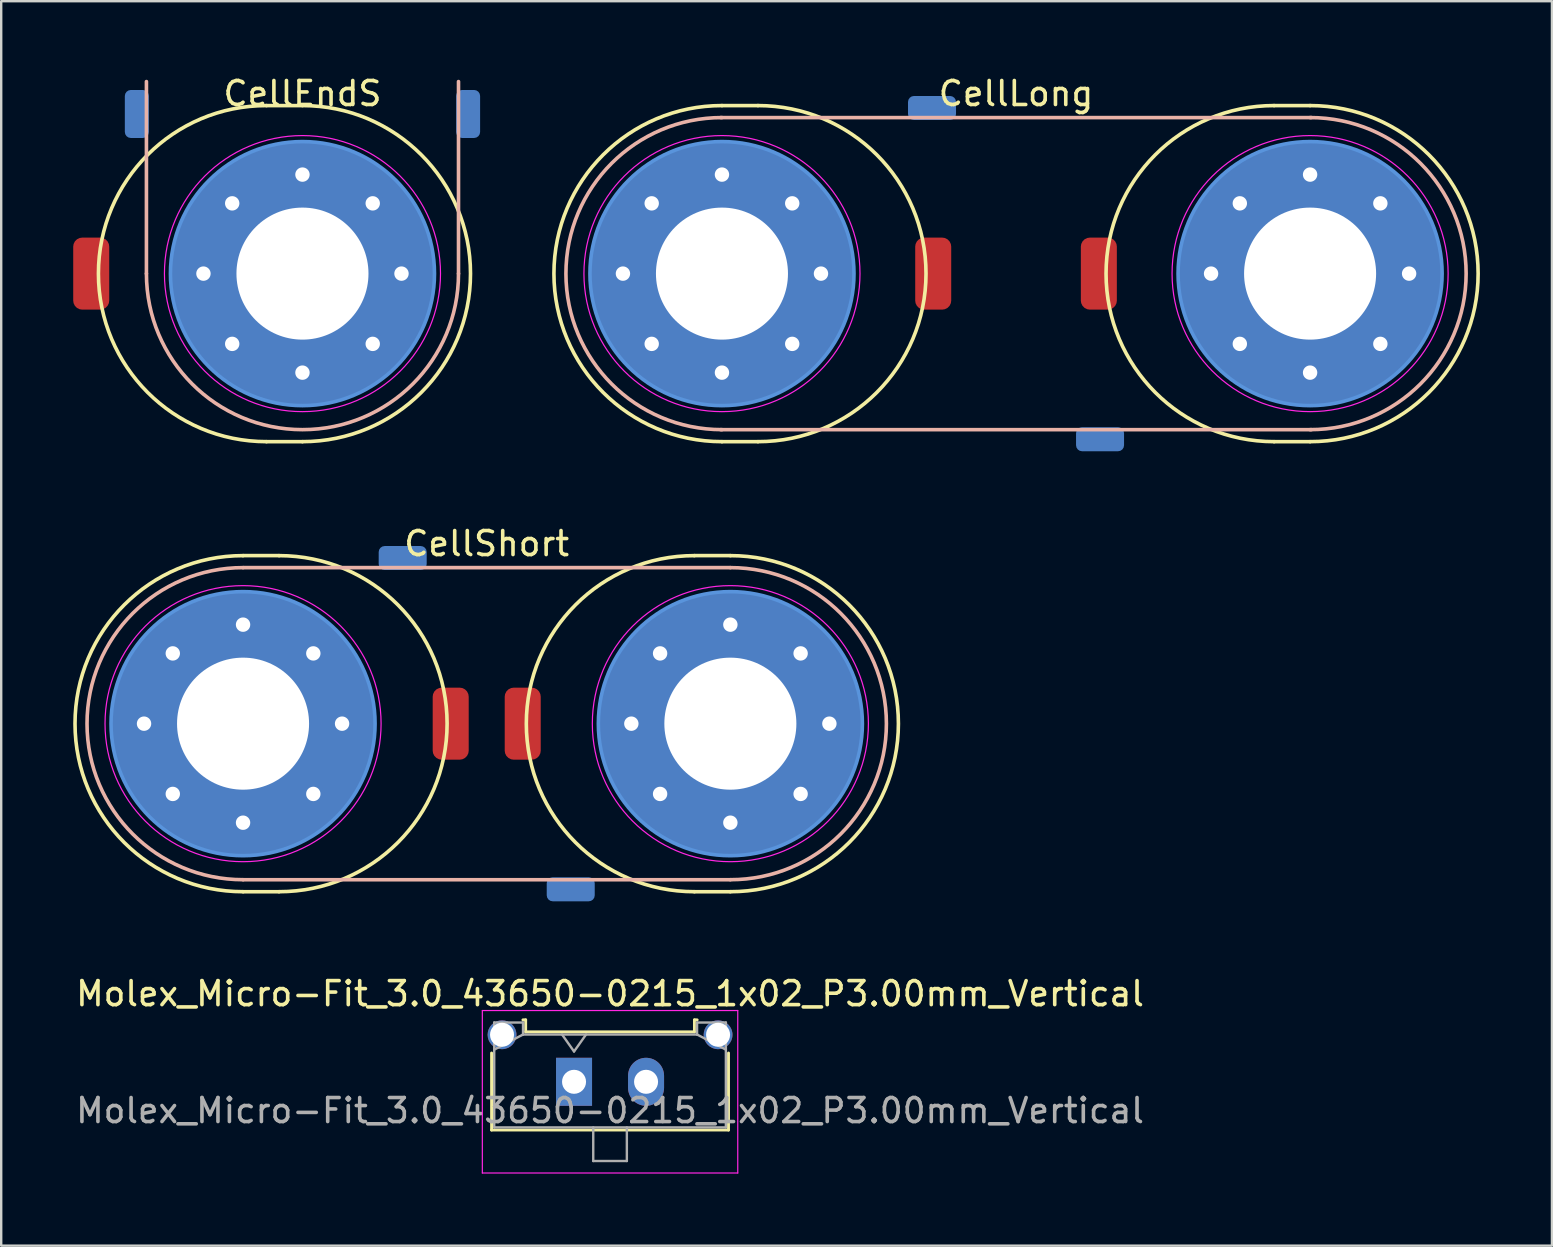
<source format=kicad_pcb>
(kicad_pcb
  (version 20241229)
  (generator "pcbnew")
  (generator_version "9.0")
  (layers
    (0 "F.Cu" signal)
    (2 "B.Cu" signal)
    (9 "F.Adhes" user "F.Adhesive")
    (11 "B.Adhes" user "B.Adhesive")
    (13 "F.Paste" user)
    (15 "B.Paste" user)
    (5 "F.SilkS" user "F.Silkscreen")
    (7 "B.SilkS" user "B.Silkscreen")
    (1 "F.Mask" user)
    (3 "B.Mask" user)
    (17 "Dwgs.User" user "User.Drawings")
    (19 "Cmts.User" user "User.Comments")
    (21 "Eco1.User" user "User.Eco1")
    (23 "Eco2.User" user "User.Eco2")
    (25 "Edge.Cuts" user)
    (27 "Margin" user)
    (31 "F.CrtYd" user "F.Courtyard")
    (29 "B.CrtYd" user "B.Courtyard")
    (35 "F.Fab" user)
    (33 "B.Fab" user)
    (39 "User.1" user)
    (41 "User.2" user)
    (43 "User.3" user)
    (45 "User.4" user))
  (footprint "Molex_Micro-Fit_3.0_43650-0215_1x02_P3.00mm_Vertical"
    (layer "F.Cu")
    (at 20.863 42.015)
    (property "Reference" "Molex_Micro-Fit_3.0_43650-0215_1x02_P3.00mm_Vertical" (at 1.5 -3.67 0) (layer "F.SilkS") (effects (font (size 1 1) (thickness 0.15))))
    (attr through_hole)
    (fp_line (start -3.435 -1.2) (end -3.435 2.01) (stroke (width 0.12) (type solid)) (layer "F.SilkS"))
    (fp_line (start -3.435 2.01) (end 6.435 2.01) (stroke (width 0.12) (type solid)) (layer "F.SilkS"))
    (fp_line (start -2.13 -2.58) (end -2.015 -2.58) (stroke (width 0.12) (type solid)) (layer "F.SilkS"))
    (fp_line (start -2.015 -2.58) (end -2.015 -2.08) (stroke (width 0.12) (type solid)) (layer "F.SilkS"))
    (fp_line (start -2.015 -2.08) (end 5.015 -2.08) (stroke (width 0.12) (type solid)) (layer "F.SilkS"))
    (fp_line (start 5.015 -2.58) (end 5.13 -2.58) (stroke (width 0.12) (type solid)) (layer "F.SilkS"))
    (fp_line (start 5.015 -2.08) (end 5.015 -2.58) (stroke (width 0.12) (type solid)) (layer "F.SilkS"))
    (fp_line (start 6.435 2.01) (end 6.435 -1.2) (stroke (width 0.12) (type solid)) (layer "F.SilkS"))
    (fp_line (start -3.82 -2.97) (end 6.82 -2.97) (stroke (width 0.05) (type solid)) (layer "F.CrtYd"))
    (fp_line (start -3.82 3.8) (end -3.82 -2.97) (stroke (width 0.05) (type solid)) (layer "F.CrtYd"))
    (fp_line (start 6.82 -2.97) (end 6.82 3.8) (stroke (width 0.05) (type solid)) (layer "F.CrtYd"))
    (fp_line (start 6.82 3.8) (end -3.82 3.8) (stroke (width 0.05) (type solid)) (layer "F.CrtYd"))
    (fp_line (start -3.325 -2.47) (end -3.325 1.9) (stroke (width 0.1) (type solid)) (layer "F.Fab"))
    (fp_line (start -3.325 -1.34) (end -2.125 -1.97) (stroke (width 0.1) (type solid)) (layer "F.Fab"))
    (fp_line (start -3.325 1.9) (end 6.325 1.9) (stroke (width 0.1) (type solid)) (layer "F.Fab"))
    (fp_line (start -2.125 -2.47) (end -3.325 -2.47) (stroke (width 0.1) (type solid)) (layer "F.Fab"))
    (fp_line (start -2.125 -1.97) (end -2.125 -2.47) (stroke (width 0.1) (type solid)) (layer "F.Fab"))
    (fp_line (start -0.5 -1.97) (end 0 -1.263) (stroke (width 0.1) (type solid)) (layer "F.Fab"))
    (fp_line (start 0 -1.263) (end 0.5 -1.97) (stroke (width 0.1) (type solid)) (layer "F.Fab"))
    (fp_line (start 0.8 1.9) (end 0.8 3.3) (stroke (width 0.1) (type solid)) (layer "F.Fab"))
    (fp_line (start 0.8 3.3) (end 2.2 3.3) (stroke (width 0.1) (type solid)) (layer "F.Fab"))
    (fp_line (start 2.2 3.3) (end 2.2 1.9) (stroke (width 0.1) (type solid)) (layer "F.Fab"))
    (fp_line (start 5.125 -2.47) (end 5.125 -1.97) (stroke (width 0.1) (type solid)) (layer "F.Fab"))
    (fp_line (start 5.125 -1.97) (end -2.125 -1.97) (stroke (width 0.1) (type solid)) (layer "F.Fab"))
    (fp_line (start 6.325 -2.47) (end 5.125 -2.47) (stroke (width 0.1) (type solid)) (layer "F.Fab"))
    (fp_line (start 6.325 -1.34) (end 5.125 -1.97) (stroke (width 0.1) (type solid)) (layer "F.Fab"))
    (fp_line (start 6.325 1.9) (end 6.325 -2.47) (stroke (width 0.1) (type solid)) (layer "F.Fab"))
    (fp_text user "${REFERENCE}" (at 1.5 1.2 0) (layer "F.Fab") (effects (font (size 1 1) (thickness 0.15))))
    (pad "" thru_hole circle (at -3 -1.96) (size 1.2 1.2) (drill 1) (layers "*.Cu" "*.Mask"))
    (pad "" thru_hole circle (at 6 -1.96) (size 1.2 1.2) (drill 1) (layers "*.Cu" "*.Mask"))
    (pad "1" thru_hole rect (at 0 0) (size 1.5 2) (drill 1) (layers "*.Cu" "*.Mask"))
    (pad "2" thru_hole oval (at 3 0) (size 1.5 2) (drill 1) (layers "*.Cu" "*.Mask")))
  (footprint "CellEndS"
    (layer "F.Cu")
    (at 9.55 8.348)
    (property "Reference" "CellEndS" (at 0 -7.5 0) (layer "F.SilkS") (effects (font (size 1 1) (thickness 0.15))))
    (attr exclude_from_pos_files exclude_from_bom)
    (fp_line (start -1.5 -7) (end 0 -7) (stroke (width 0.15) (type solid)) (layer "F.SilkS"))
    (fp_line (start -1.5 7) (end 0 7) (stroke (width 0.15) (type solid)) (layer "F.SilkS"))
    (fp_arc (start -1.5 7) (mid -8.5 0) (end -1.5 -7) (stroke (width 0.15) (type solid)) (layer "F.SilkS"))
    (fp_arc (start 0 -7) (mid 7 0) (end 0 7) (stroke (width 0.15) (type solid)) (layer "F.SilkS"))
    (fp_line (start -6.5 0) (end -6.5 -8) (stroke (width 0.15) (type solid)) (layer "B.SilkS"))
    (fp_line (start 6.5 0) (end 6.5 -8) (stroke (width 0.15) (type solid)) (layer "B.SilkS"))
    (fp_arc (start 6.5 0) (mid 0 6.5) (end -6.5 0) (stroke (width 0.15) (type solid)) (layer "B.SilkS"))
    (fp_circle (center 0 0) (end 5.5 0) (stroke (width 0.15) (type solid)) (fill no) (layer "Cmts.User"))
    (fp_circle (center 0 0) (end 5.75 0) (stroke (width 0.05) (type solid)) (fill no) (layer "F.CrtYd"))
    (pad "" smd roundrect (at -8.8 0 90) (size 3 1.5) (layers "F.Cu" "F.Mask") (roundrect_rratio 0.25))
    (pad "" smd roundrect (at -6.9 -6.65 90) (size 2 1) (layers "B.Cu" "B.Mask") (roundrect_rratio 0.25))
    (pad "" smd roundrect (at 6.9 -6.65 90) (size 2 1) (layers "B.Cu" "B.Mask") (roundrect_rratio 0.25))
    (pad "1" thru_hole circle (at -4.125 0) (size 0.9 0.9) (drill 0.6) (layers "*.Cu" "*.Mask"))
    (pad "1" thru_hole circle (at -2.927 -2.927) (size 0.9 0.9) (drill 0.6) (layers "*.Cu" "*.Mask"))
    (pad "1" thru_hole circle (at -2.927 2.927) (size 0.9 0.9) (drill 0.6) (layers "*.Cu" "*.Mask"))
    (pad "1" thru_hole circle (at 0 -4.125) (size 0.9 0.9) (drill 0.6) (layers "*.Cu" "*.Mask"))
    (pad "1" thru_hole circle (at 0 0) (size 11 11) (drill 5.5) (layers "*.Cu" "*.Mask"))
    (pad "1" thru_hole circle (at 0 4.125) (size 0.9 0.9) (drill 0.6) (layers "*.Cu" "*.Mask"))
    (pad "1" thru_hole circle (at 2.927 -2.927) (size 0.9 0.9) (drill 0.6) (layers "*.Cu" "*.Mask"))
    (pad "1" thru_hole circle (at 2.927 2.927) (size 0.9 0.9) (drill 0.6) (layers "*.Cu" "*.Mask"))
    (pad "1" thru_hole circle (at 4.125 0) (size 0.9 0.9) (drill 0.6) (layers "*.Cu" "*.Mask")))
  (footprint "CellLong"
    (layer "F.Cu")
    (at 39.275 8.348)
    (property "Reference" "CellLong" (at 0 -7.5 0) (layer "F.SilkS") (effects (font (size 1 1) (thickness 0.15))))
    (attr exclude_from_pos_files exclude_from_bom)
    (fp_line (start -12.25 -7) (end -10.75 -7) (stroke (width 0.15) (type solid)) (layer "F.SilkS"))
    (fp_line (start -12.25 7) (end -10.75 7) (stroke (width 0.15) (type solid)) (layer "F.SilkS"))
    (fp_line (start 10.75 -7) (end 12.25 -7) (stroke (width 0.15) (type solid)) (layer "F.SilkS"))
    (fp_line (start 10.75 7) (end 12.25 7) (stroke (width 0.15) (type solid)) (layer "F.SilkS"))
    (fp_arc (start -12.25 7) (mid -19.25 0) (end -12.25 -7) (stroke (width 0.15) (type solid)) (layer "F.SilkS"))
    (fp_arc (start -10.75 -7) (mid -3.75 0) (end -10.75 7) (stroke (width 0.15) (type solid)) (layer "F.SilkS"))
    (fp_arc (start 10.75 7) (mid 3.75 0) (end 10.75 -7) (stroke (width 0.15) (type solid)) (layer "F.SilkS"))
    (fp_arc (start 12.25 -7) (mid 19.25 0) (end 12.25 7) (stroke (width 0.15) (type solid)) (layer "F.SilkS"))
    (fp_line (start -12.3 -6.5) (end 12.3 -6.5) (stroke (width 0.15) (type solid)) (layer "B.SilkS"))
    (fp_line (start -12.3 6.5) (end 12.3 6.5) (stroke (width 0.15) (type solid)) (layer "B.SilkS"))
    (fp_arc (start -12.25 6.5) (mid -18.75 0) (end -12.25 -6.5) (stroke (width 0.15) (type solid)) (layer "B.SilkS"))
    (fp_arc (start 12.25 -6.5) (mid 18.75 0) (end 12.25 6.5) (stroke (width 0.15) (type solid)) (layer "B.SilkS"))
    (fp_circle (center -12.25 0) (end -6.75 0) (stroke (width 0.15) (type solid)) (fill no) (layer "Cmts.User"))
    (fp_circle (center 12.25 0) (end 17.75 0) (stroke (width 0.15) (type solid)) (fill no) (layer "Cmts.User"))
    (fp_circle (center -12.25 0) (end -6.5 0) (stroke (width 0.05) (type solid)) (fill no) (layer "F.CrtYd"))
    (fp_circle (center 12.25 0) (end 18 0) (stroke (width 0.05) (type solid)) (fill no) (layer "F.CrtYd"))
    (pad "" thru_hole circle (at -16.375 0) (size 0.9 0.9) (drill 0.6) (layers "*.Cu" "*.Mask"))
    (pad "" thru_hole circle (at -15.177 -2.927) (size 0.9 0.9) (drill 0.6) (layers "*.Cu" "*.Mask"))
    (pad "" thru_hole circle (at -15.177 2.927) (size 0.9 0.9) (drill 0.6) (layers "*.Cu" "*.Mask"))
    (pad "" thru_hole circle (at -12.25 -4.125) (size 0.9 0.9) (drill 0.6) (layers "*.Cu" "*.Mask"))
    (pad "" thru_hole circle (at -12.25 0) (size 11 11) (drill 5.5) (layers "*.Cu" "*.Mask"))
    (pad "" thru_hole circle (at -12.25 4.125) (size 0.9 0.9) (drill 0.6) (layers "*.Cu" "*.Mask"))
    (pad "" thru_hole circle (at -9.323 -2.927) (size 0.9 0.9) (drill 0.6) (layers "*.Cu" "*.Mask"))
    (pad "" thru_hole circle (at -9.323 2.927) (size 0.9 0.9) (drill 0.6) (layers "*.Cu" "*.Mask"))
    (pad "" thru_hole circle (at -8.125 0) (size 0.9 0.9) (drill 0.6) (layers "*.Cu" "*.Mask"))
    (pad "" smd roundrect (at -3.5 -6.9) (size 2 1) (layers "B.Cu" "B.Mask") (roundrect_rratio 0.25))
    (pad "" smd roundrect (at -3.45 0 90) (size 3 1.5) (layers "F.Cu" "F.Mask") (roundrect_rratio 0.25))
    (pad "" smd roundrect (at 3.45 0 90) (size 3 1.5) (layers "F.Cu" "F.Mask") (roundrect_rratio 0.25))
    (pad "" smd roundrect (at 3.5 6.9) (size 2 1) (layers "B.Cu" "B.Mask") (roundrect_rratio 0.25))
    (pad "1" thru_hole circle (at 8.125 0) (size 0.9 0.9) (drill 0.6) (layers "*.Cu" "*.Mask"))
    (pad "1" thru_hole circle (at 9.323 -2.927) (size 0.9 0.9) (drill 0.6) (layers "*.Cu" "*.Mask"))
    (pad "1" thru_hole circle (at 9.323 2.927) (size 0.9 0.9) (drill 0.6) (layers "*.Cu" "*.Mask"))
    (pad "1" thru_hole circle (at 12.25 -4.125) (size 0.9 0.9) (drill 0.6) (layers "*.Cu" "*.Mask"))
    (pad "1" thru_hole circle (at 12.25 0) (size 11 11) (drill 5.5) (layers "*.Cu" "*.Mask"))
    (pad "1" thru_hole circle (at 12.25 4.125) (size 0.9 0.9) (drill 0.6) (layers "*.Cu" "*.Mask"))
    (pad "1" thru_hole circle (at 15.177 -2.927) (size 0.9 0.9) (drill 0.6) (layers "*.Cu" "*.Mask"))
    (pad "1" thru_hole circle (at 15.177 2.927) (size 0.9 0.9) (drill 0.6) (layers "*.Cu" "*.Mask"))
    (pad "1" thru_hole circle (at 16.375 0) (size 0.9 0.9) (drill 0.6) (layers "*.Cu" "*.Mask")))
  (footprint "CellShort"
    (layer "F.Cu")
    (at 17.225 27.096)
    (property "Reference" "CellShort" (at 0 -7.5 0) (layer "F.SilkS") (effects (font (size 1 1) (thickness 0.15))))
    (attr exclude_from_pos_files exclude_from_bom)
    (fp_line (start -10.15 -7) (end -8.65 -7) (stroke (width 0.15) (type solid)) (layer "F.SilkS"))
    (fp_line (start -10.15 7) (end -8.65 7) (stroke (width 0.15) (type solid)) (layer "F.SilkS"))
    (fp_line (start 8.65 -7) (end 10.15 -7) (stroke (width 0.15) (type solid)) (layer "F.SilkS"))
    (fp_line (start 8.65 7) (end 10.15 7) (stroke (width 0.15) (type solid)) (layer "F.SilkS"))
    (fp_arc (start -10.15 7) (mid -17.15 0) (end -10.15 -7) (stroke (width 0.15) (type solid)) (layer "F.SilkS"))
    (fp_arc (start -8.65 -7) (mid -1.65 0) (end -8.65 7) (stroke (width 0.15) (type solid)) (layer "F.SilkS"))
    (fp_arc (start 8.65 7) (mid 1.65 0) (end 8.65 -7) (stroke (width 0.15) (type solid)) (layer "F.SilkS"))
    (fp_arc (start 10.15 -7) (mid 17.15 0) (end 10.15 7) (stroke (width 0.15) (type solid)) (layer "F.SilkS"))
    (fp_line (start -10.15 -6.5) (end 10.15 -6.5) (stroke (width 0.15) (type solid)) (layer "B.SilkS"))
    (fp_line (start -10.15 6.5) (end 10.15 6.5) (stroke (width 0.15) (type solid)) (layer "B.SilkS"))
    (fp_arc (start -10.15 6.5) (mid -16.65 0) (end -10.15 -6.5) (stroke (width 0.15) (type solid)) (layer "B.SilkS"))
    (fp_arc (start 10.15 -6.5) (mid 16.65 0) (end 10.15 6.5) (stroke (width 0.15) (type solid)) (layer "B.SilkS"))
    (fp_circle (center -10.15 0) (end -4.65 0) (stroke (width 0.15) (type solid)) (fill no) (layer "Cmts.User"))
    (fp_circle (center 10.15 0) (end 15.65 0) (stroke (width 0.15) (type solid)) (fill no) (layer "Cmts.User"))
    (fp_circle (center -10.15 0) (end -4.4 0) (stroke (width 0.05) (type solid)) (fill no) (layer "F.CrtYd"))
    (fp_circle (center 10.15 0) (end 15.9 0) (stroke (width 0.05) (type solid)) (fill no) (layer "F.CrtYd"))
    (pad "" smd roundrect (at -3.5 -6.9) (size 2 1) (layers "B.Cu" "B.Mask") (roundrect_rratio 0.25))
    (pad "" smd roundrect (at -1.5 0 90) (size 3 1.5) (layers "F.Cu" "F.Mask") (roundrect_rratio 0.25))
    (pad "" smd roundrect (at 1.5 0 90) (size 3 1.5) (layers "F.Cu" "F.Mask") (roundrect_rratio 0.25))
    (pad "" smd roundrect (at 3.5 6.9) (size 2 1) (layers "B.Cu" "B.Mask") (roundrect_rratio 0.25))
    (pad "" thru_hole circle (at 6.025 0) (size 0.9 0.9) (drill 0.6) (layers "*.Cu" "*.Mask"))
    (pad "" thru_hole circle (at 7.223 -2.927) (size 0.9 0.9) (drill 0.6) (layers "*.Cu" "*.Mask"))
    (pad "" thru_hole circle (at 7.223 2.927) (size 0.9 0.9) (drill 0.6) (layers "*.Cu" "*.Mask"))
    (pad "" thru_hole circle (at 10.15 -4.125) (size 0.9 0.9) (drill 0.6) (layers "*.Cu" "*.Mask"))
    (pad "" thru_hole circle (at 10.15 0) (size 11 11) (drill 5.5) (layers "*.Cu" "*.Mask"))
    (pad "" thru_hole circle (at 10.15 4.125) (size 0.9 0.9) (drill 0.6) (layers "*.Cu" "*.Mask"))
    (pad "" thru_hole circle (at 13.077 -2.927) (size 0.9 0.9) (drill 0.6) (layers "*.Cu" "*.Mask"))
    (pad "" thru_hole circle (at 13.077 2.927) (size 0.9 0.9) (drill 0.6) (layers "*.Cu" "*.Mask"))
    (pad "" thru_hole circle (at 14.275 0) (size 0.9 0.9) (drill 0.6) (layers "*.Cu" "*.Mask"))
    (pad "1" thru_hole circle (at -14.275 0) (size 0.9 0.9) (drill 0.6) (layers "*.Cu" "*.Mask"))
    (pad "1" thru_hole circle (at -13.077 -2.927) (size 0.9 0.9) (drill 0.6) (layers "*.Cu" "*.Mask"))
    (pad "1" thru_hole circle (at -13.077 2.927) (size 0.9 0.9) (drill 0.6) (layers "*.Cu" "*.Mask"))
    (pad "1" thru_hole circle (at -10.15 -4.125) (size 0.9 0.9) (drill 0.6) (layers "*.Cu" "*.Mask"))
    (pad "1" thru_hole circle (at -10.15 0) (size 11 11) (drill 5.5) (layers "*.Cu" "*.Mask"))
    (pad "1" thru_hole circle (at -10.15 4.125) (size 0.9 0.9) (drill 0.6) (layers "*.Cu" "*.Mask"))
    (pad "1" thru_hole circle (at -7.223 -2.927) (size 0.9 0.9) (drill 0.6) (layers "*.Cu" "*.Mask"))
    (pad "1" thru_hole circle (at -7.223 2.927) (size 0.9 0.9) (drill 0.6) (layers "*.Cu" "*.Mask"))
    (pad "1" thru_hole circle (at -6.025 0) (size 0.9 0.9) (drill 0.6) (layers "*.Cu" "*.Mask")))
  (gr_rect
    (start -3 -3)
    (end 61.6 48.84)
    (stroke (width 0.1) (type default))
    (fill no)
    (layer "Edge.Cuts")))
</source>
